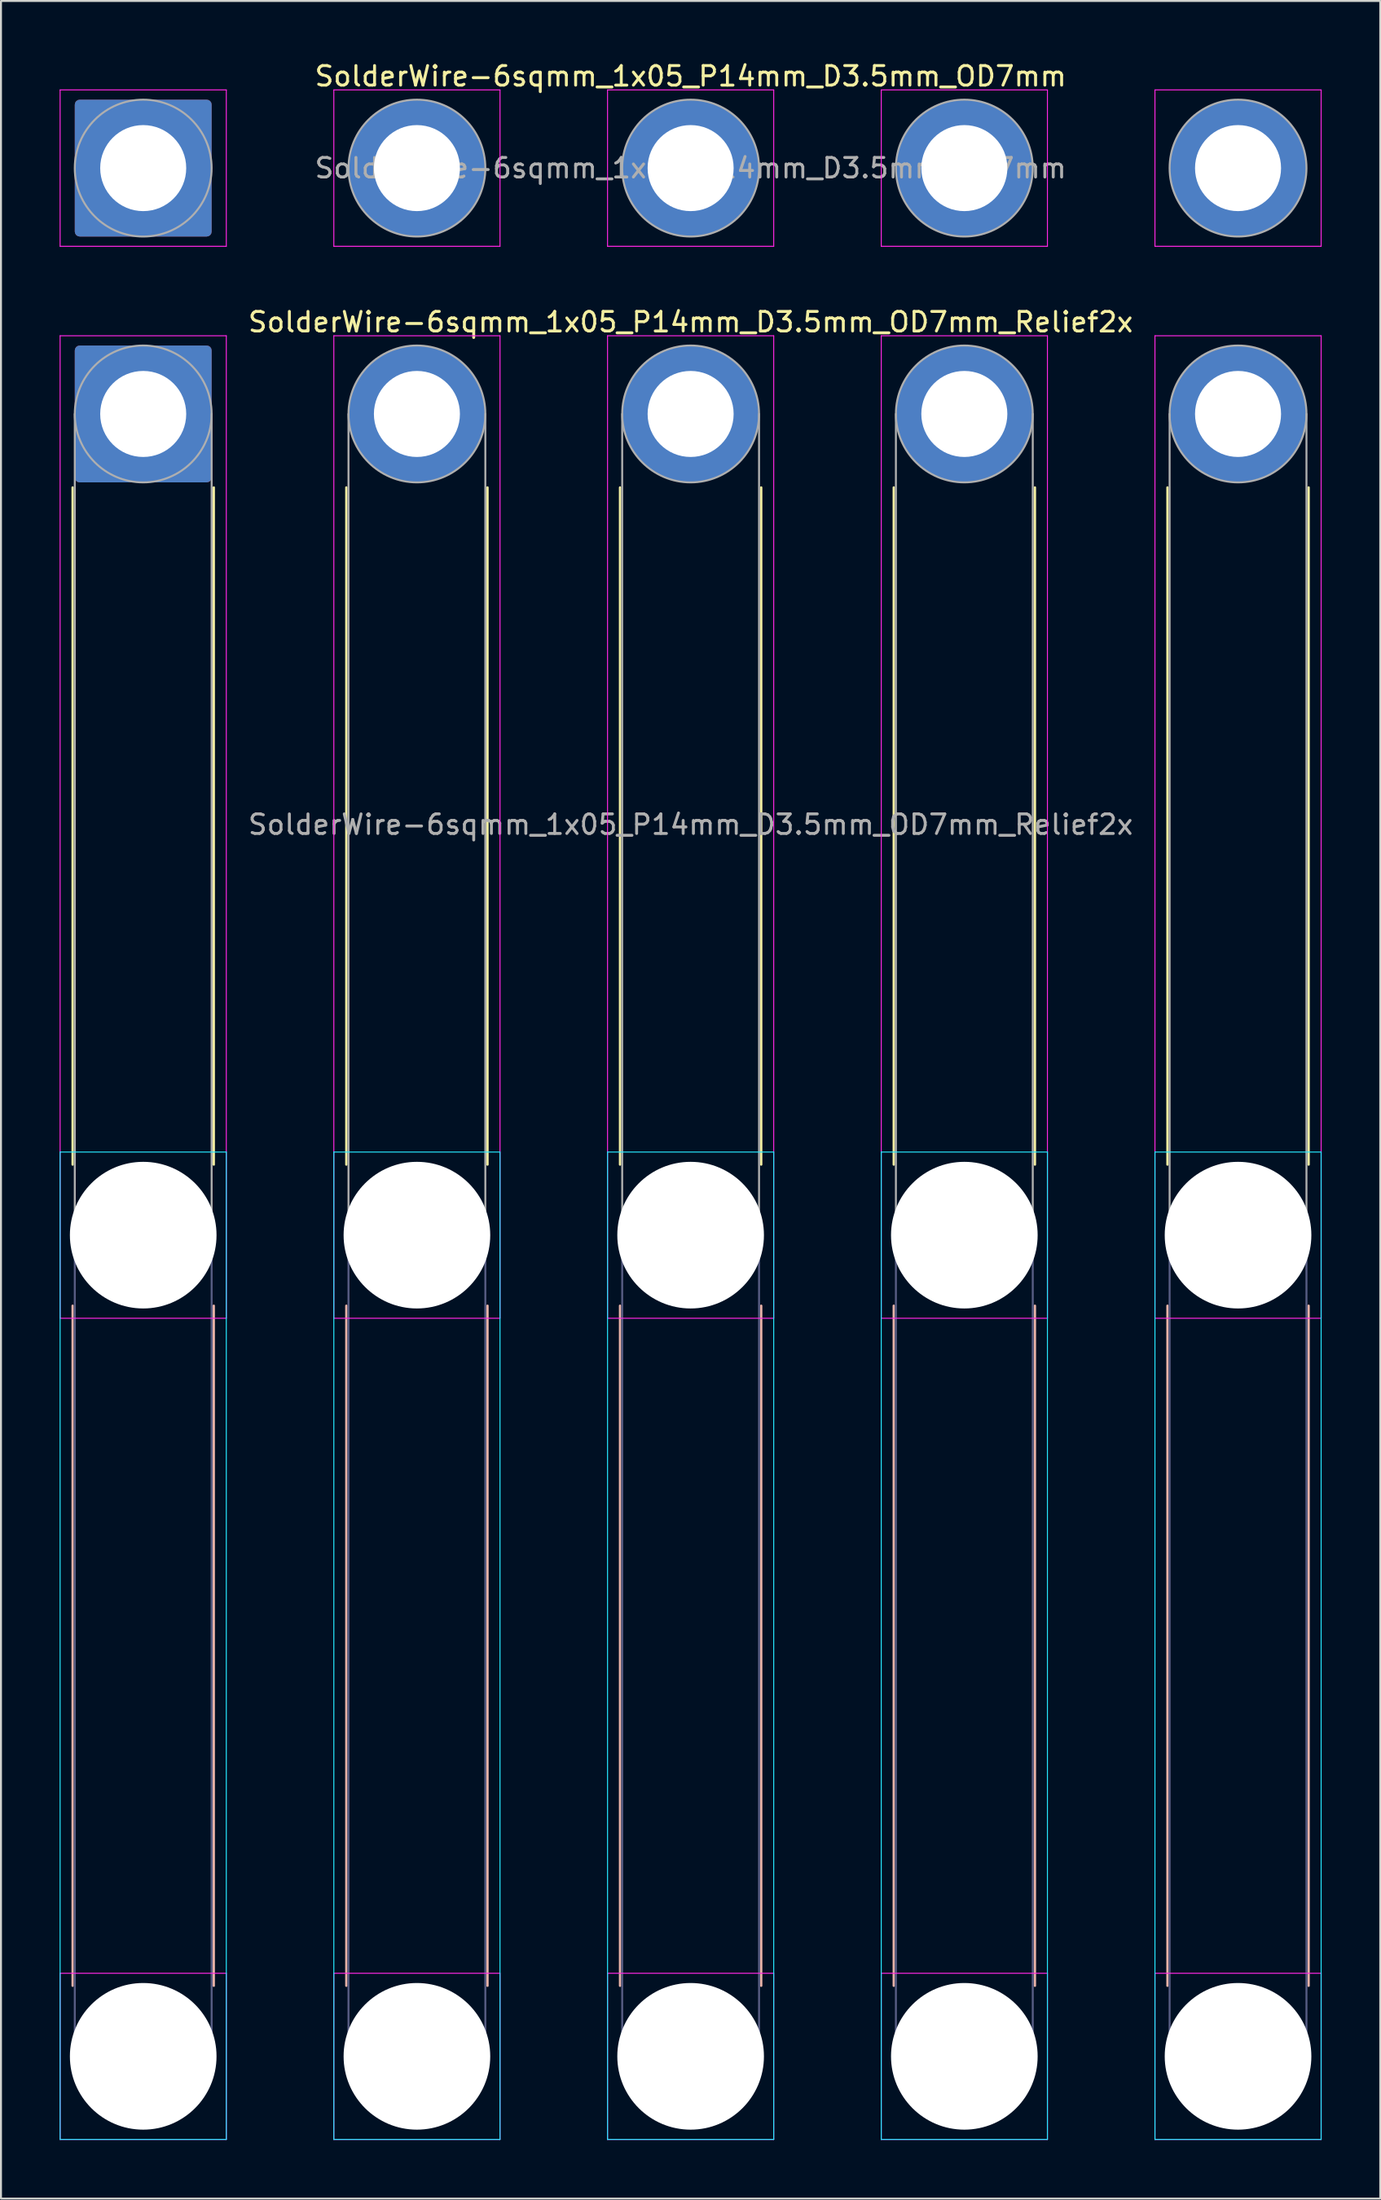
<source format=kicad_pcb>
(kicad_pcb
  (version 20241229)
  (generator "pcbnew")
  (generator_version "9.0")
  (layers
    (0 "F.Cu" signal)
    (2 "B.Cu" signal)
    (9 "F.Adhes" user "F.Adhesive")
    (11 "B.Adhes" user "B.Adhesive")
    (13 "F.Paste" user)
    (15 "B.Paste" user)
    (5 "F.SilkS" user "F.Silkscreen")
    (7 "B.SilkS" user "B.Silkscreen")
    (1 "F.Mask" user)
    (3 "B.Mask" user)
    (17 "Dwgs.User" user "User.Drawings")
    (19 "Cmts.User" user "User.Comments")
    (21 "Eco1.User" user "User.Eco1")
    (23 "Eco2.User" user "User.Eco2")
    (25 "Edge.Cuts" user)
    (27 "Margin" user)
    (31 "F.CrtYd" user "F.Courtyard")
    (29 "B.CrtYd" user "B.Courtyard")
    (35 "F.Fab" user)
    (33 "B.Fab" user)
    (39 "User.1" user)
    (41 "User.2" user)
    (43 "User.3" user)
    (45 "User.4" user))
  (footprint "SolderWire-6sqmm_1x05_P14mm_D3.5mm_OD7mm_Relief2x"
    (layer "F.Cu")
    (at 4.275 18.122)
    (property "Reference" "SolderWire-6sqmm_1x05_P14mm_D3.5mm_OD7mm_Relief2x" (at 28 -4.7 0) (layer "F.SilkS") (effects (font (size 1 1) (thickness 0.15))))
    (attr exclude_from_pos_files exclude_from_bom)
    (fp_line (start -3.61 3.76) (end -3.61 38.39) (stroke (width 0.12) (type solid)) (layer "F.SilkS"))
    (fp_line (start 3.61 3.76) (end 3.61 38.39) (stroke (width 0.12) (type solid)) (layer "F.SilkS"))
    (fp_line (start 10.39 3.76) (end 10.39 38.39) (stroke (width 0.12) (type solid)) (layer "F.SilkS"))
    (fp_line (start 17.61 3.76) (end 17.61 38.39) (stroke (width 0.12) (type solid)) (layer "F.SilkS"))
    (fp_line (start 24.39 3.76) (end 24.39 38.39) (stroke (width 0.12) (type solid)) (layer "F.SilkS"))
    (fp_line (start 31.61 3.76) (end 31.61 38.39) (stroke (width 0.12) (type solid)) (layer "F.SilkS"))
    (fp_line (start 38.39 3.76) (end 38.39 38.39) (stroke (width 0.12) (type solid)) (layer "F.SilkS"))
    (fp_line (start 45.61 3.76) (end 45.61 38.39) (stroke (width 0.12) (type solid)) (layer "F.SilkS"))
    (fp_line (start 52.39 3.76) (end 52.39 38.39) (stroke (width 0.12) (type solid)) (layer "F.SilkS"))
    (fp_line (start 59.61 3.76) (end 59.61 38.39) (stroke (width 0.12) (type solid)) (layer "F.SilkS"))
    (fp_line (start -3.61 45.61) (end -3.61 80.39) (stroke (width 0.12) (type solid)) (layer "B.SilkS"))
    (fp_line (start 3.61 45.61) (end 3.61 80.39) (stroke (width 0.12) (type solid)) (layer "B.SilkS"))
    (fp_line (start 10.39 45.61) (end 10.39 80.39) (stroke (width 0.12) (type solid)) (layer "B.SilkS"))
    (fp_line (start 17.61 45.61) (end 17.61 80.39) (stroke (width 0.12) (type solid)) (layer "B.SilkS"))
    (fp_line (start 24.39 45.61) (end 24.39 80.39) (stroke (width 0.12) (type solid)) (layer "B.SilkS"))
    (fp_line (start 31.61 45.61) (end 31.61 80.39) (stroke (width 0.12) (type solid)) (layer "B.SilkS"))
    (fp_line (start 38.39 45.61) (end 38.39 80.39) (stroke (width 0.12) (type solid)) (layer "B.SilkS"))
    (fp_line (start 45.61 45.61) (end 45.61 80.39) (stroke (width 0.12) (type solid)) (layer "B.SilkS"))
    (fp_line (start 52.39 45.61) (end 52.39 80.39) (stroke (width 0.12) (type solid)) (layer "B.SilkS"))
    (fp_line (start 59.61 45.61) (end 59.61 80.39) (stroke (width 0.12) (type solid)) (layer "B.SilkS"))
    (fp_line (start -4.25 37.75) (end -4.25 88.25) (stroke (width 0.05) (type solid)) (layer "B.CrtYd"))
    (fp_line (start -4.25 88.25) (end 4.25 88.25) (stroke (width 0.05) (type solid)) (layer "B.CrtYd"))
    (fp_line (start 4.25 37.75) (end -4.25 37.75) (stroke (width 0.05) (type solid)) (layer "B.CrtYd"))
    (fp_line (start 4.25 88.25) (end 4.25 37.75) (stroke (width 0.05) (type solid)) (layer "B.CrtYd"))
    (fp_line (start 9.75 37.75) (end 9.75 88.25) (stroke (width 0.05) (type solid)) (layer "B.CrtYd"))
    (fp_line (start 9.75 88.25) (end 18.25 88.25) (stroke (width 0.05) (type solid)) (layer "B.CrtYd"))
    (fp_line (start 18.25 37.75) (end 9.75 37.75) (stroke (width 0.05) (type solid)) (layer "B.CrtYd"))
    (fp_line (start 18.25 88.25) (end 18.25 37.75) (stroke (width 0.05) (type solid)) (layer "B.CrtYd"))
    (fp_line (start 23.75 37.75) (end 23.75 88.25) (stroke (width 0.05) (type solid)) (layer "B.CrtYd"))
    (fp_line (start 23.75 88.25) (end 32.25 88.25) (stroke (width 0.05) (type solid)) (layer "B.CrtYd"))
    (fp_line (start 32.25 37.75) (end 23.75 37.75) (stroke (width 0.05) (type solid)) (layer "B.CrtYd"))
    (fp_line (start 32.25 88.25) (end 32.25 37.75) (stroke (width 0.05) (type solid)) (layer "B.CrtYd"))
    (fp_line (start 37.75 37.75) (end 37.75 88.25) (stroke (width 0.05) (type solid)) (layer "B.CrtYd"))
    (fp_line (start 37.75 88.25) (end 46.25 88.25) (stroke (width 0.05) (type solid)) (layer "B.CrtYd"))
    (fp_line (start 46.25 37.75) (end 37.75 37.75) (stroke (width 0.05) (type solid)) (layer "B.CrtYd"))
    (fp_line (start 46.25 88.25) (end 46.25 37.75) (stroke (width 0.05) (type solid)) (layer "B.CrtYd"))
    (fp_line (start 51.75 37.75) (end 51.75 88.25) (stroke (width 0.05) (type solid)) (layer "B.CrtYd"))
    (fp_line (start 51.75 88.25) (end 60.25 88.25) (stroke (width 0.05) (type solid)) (layer "B.CrtYd"))
    (fp_line (start 60.25 37.75) (end 51.75 37.75) (stroke (width 0.05) (type solid)) (layer "B.CrtYd"))
    (fp_line (start 60.25 88.25) (end 60.25 37.75) (stroke (width 0.05) (type solid)) (layer "B.CrtYd"))
    (fp_line (start -4.25 -4) (end -4.25 46.25) (stroke (width 0.05) (type solid)) (layer "F.CrtYd"))
    (fp_line (start -4.25 46.25) (end 4.25 46.25) (stroke (width 0.05) (type solid)) (layer "F.CrtYd"))
    (fp_line (start -4.25 79.75) (end -4.25 88.25) (stroke (width 0.05) (type solid)) (layer "F.CrtYd"))
    (fp_line (start -4.25 88.25) (end 4.25 88.25) (stroke (width 0.05) (type solid)) (layer "F.CrtYd"))
    (fp_line (start 4.25 -4) (end -4.25 -4) (stroke (width 0.05) (type solid)) (layer "F.CrtYd"))
    (fp_line (start 4.25 46.25) (end 4.25 -4) (stroke (width 0.05) (type solid)) (layer "F.CrtYd"))
    (fp_line (start 4.25 79.75) (end -4.25 79.75) (stroke (width 0.05) (type solid)) (layer "F.CrtYd"))
    (fp_line (start 4.25 88.25) (end 4.25 79.75) (stroke (width 0.05) (type solid)) (layer "F.CrtYd"))
    (fp_line (start 9.75 -4) (end 9.75 46.25) (stroke (width 0.05) (type solid)) (layer "F.CrtYd"))
    (fp_line (start 9.75 46.25) (end 18.25 46.25) (stroke (width 0.05) (type solid)) (layer "F.CrtYd"))
    (fp_line (start 9.75 79.75) (end 9.75 88.25) (stroke (width 0.05) (type solid)) (layer "F.CrtYd"))
    (fp_line (start 9.75 88.25) (end 18.25 88.25) (stroke (width 0.05) (type solid)) (layer "F.CrtYd"))
    (fp_line (start 18.25 -4) (end 9.75 -4) (stroke (width 0.05) (type solid)) (layer "F.CrtYd"))
    (fp_line (start 18.25 46.25) (end 18.25 -4) (stroke (width 0.05) (type solid)) (layer "F.CrtYd"))
    (fp_line (start 18.25 79.75) (end 9.75 79.75) (stroke (width 0.05) (type solid)) (layer "F.CrtYd"))
    (fp_line (start 18.25 88.25) (end 18.25 79.75) (stroke (width 0.05) (type solid)) (layer "F.CrtYd"))
    (fp_line (start 23.75 -4) (end 23.75 46.25) (stroke (width 0.05) (type solid)) (layer "F.CrtYd"))
    (fp_line (start 23.75 46.25) (end 32.25 46.25) (stroke (width 0.05) (type solid)) (layer "F.CrtYd"))
    (fp_line (start 23.75 79.75) (end 23.75 88.25) (stroke (width 0.05) (type solid)) (layer "F.CrtYd"))
    (fp_line (start 23.75 88.25) (end 32.25 88.25) (stroke (width 0.05) (type solid)) (layer "F.CrtYd"))
    (fp_line (start 32.25 -4) (end 23.75 -4) (stroke (width 0.05) (type solid)) (layer "F.CrtYd"))
    (fp_line (start 32.25 46.25) (end 32.25 -4) (stroke (width 0.05) (type solid)) (layer "F.CrtYd"))
    (fp_line (start 32.25 79.75) (end 23.75 79.75) (stroke (width 0.05) (type solid)) (layer "F.CrtYd"))
    (fp_line (start 32.25 88.25) (end 32.25 79.75) (stroke (width 0.05) (type solid)) (layer "F.CrtYd"))
    (fp_line (start 37.75 -4) (end 37.75 46.25) (stroke (width 0.05) (type solid)) (layer "F.CrtYd"))
    (fp_line (start 37.75 46.25) (end 46.25 46.25) (stroke (width 0.05) (type solid)) (layer "F.CrtYd"))
    (fp_line (start 37.75 79.75) (end 37.75 88.25) (stroke (width 0.05) (type solid)) (layer "F.CrtYd"))
    (fp_line (start 37.75 88.25) (end 46.25 88.25) (stroke (width 0.05) (type solid)) (layer "F.CrtYd"))
    (fp_line (start 46.25 -4) (end 37.75 -4) (stroke (width 0.05) (type solid)) (layer "F.CrtYd"))
    (fp_line (start 46.25 46.25) (end 46.25 -4) (stroke (width 0.05) (type solid)) (layer "F.CrtYd"))
    (fp_line (start 46.25 79.75) (end 37.75 79.75) (stroke (width 0.05) (type solid)) (layer "F.CrtYd"))
    (fp_line (start 46.25 88.25) (end 46.25 79.75) (stroke (width 0.05) (type solid)) (layer "F.CrtYd"))
    (fp_line (start 51.75 -4) (end 51.75 46.25) (stroke (width 0.05) (type solid)) (layer "F.CrtYd"))
    (fp_line (start 51.75 46.25) (end 60.25 46.25) (stroke (width 0.05) (type solid)) (layer "F.CrtYd"))
    (fp_line (start 51.75 79.75) (end 51.75 88.25) (stroke (width 0.05) (type solid)) (layer "F.CrtYd"))
    (fp_line (start 51.75 88.25) (end 60.25 88.25) (stroke (width 0.05) (type solid)) (layer "F.CrtYd"))
    (fp_line (start 60.25 -4) (end 51.75 -4) (stroke (width 0.05) (type solid)) (layer "F.CrtYd"))
    (fp_line (start 60.25 46.25) (end 60.25 -4) (stroke (width 0.05) (type solid)) (layer "F.CrtYd"))
    (fp_line (start 60.25 79.75) (end 51.75 79.75) (stroke (width 0.05) (type solid)) (layer "F.CrtYd"))
    (fp_line (start 60.25 88.25) (end 60.25 79.75) (stroke (width 0.05) (type solid)) (layer "F.CrtYd"))
    (fp_line (start -3.5 42) (end -3.5 84) (stroke (width 0.1) (type solid)) (layer "B.Fab"))
    (fp_line (start 3.5 42) (end 3.5 84) (stroke (width 0.1) (type solid)) (layer "B.Fab"))
    (fp_line (start 10.5 42) (end 10.5 84) (stroke (width 0.1) (type solid)) (layer "B.Fab"))
    (fp_line (start 17.5 42) (end 17.5 84) (stroke (width 0.1) (type solid)) (layer "B.Fab"))
    (fp_line (start 24.5 42) (end 24.5 84) (stroke (width 0.1) (type solid)) (layer "B.Fab"))
    (fp_line (start 31.5 42) (end 31.5 84) (stroke (width 0.1) (type solid)) (layer "B.Fab"))
    (fp_line (start 38.5 42) (end 38.5 84) (stroke (width 0.1) (type solid)) (layer "B.Fab"))
    (fp_line (start 45.5 42) (end 45.5 84) (stroke (width 0.1) (type solid)) (layer "B.Fab"))
    (fp_line (start 52.5 42) (end 52.5 84) (stroke (width 0.1) (type solid)) (layer "B.Fab"))
    (fp_line (start 59.5 42) (end 59.5 84) (stroke (width 0.1) (type solid)) (layer "B.Fab"))
    (fp_circle (center 0 42) (end 3.5 42) (stroke (width 0.1) (type solid)) (fill no) (layer "B.Fab"))
    (fp_circle (center 0 84) (end 3.5 84) (stroke (width 0.1) (type solid)) (fill no) (layer "B.Fab"))
    (fp_circle (center 14 42) (end 17.5 42) (stroke (width 0.1) (type solid)) (fill no) (layer "B.Fab"))
    (fp_circle (center 14 84) (end 17.5 84) (stroke (width 0.1) (type solid)) (fill no) (layer "B.Fab"))
    (fp_circle (center 28 42) (end 31.5 42) (stroke (width 0.1) (type solid)) (fill no) (layer "B.Fab"))
    (fp_circle (center 28 84) (end 31.5 84) (stroke (width 0.1) (type solid)) (fill no) (layer "B.Fab"))
    (fp_circle (center 42 42) (end 45.5 42) (stroke (width 0.1) (type solid)) (fill no) (layer "B.Fab"))
    (fp_circle (center 42 84) (end 45.5 84) (stroke (width 0.1) (type solid)) (fill no) (layer "B.Fab"))
    (fp_circle (center 56 42) (end 59.5 42) (stroke (width 0.1) (type solid)) (fill no) (layer "B.Fab"))
    (fp_circle (center 56 84) (end 59.5 84) (stroke (width 0.1) (type solid)) (fill no) (layer "B.Fab"))
    (fp_line (start -3.5 0) (end -3.5 42) (stroke (width 0.1) (type solid)) (layer "F.Fab"))
    (fp_line (start 3.5 0) (end 3.5 42) (stroke (width 0.1) (type solid)) (layer "F.Fab"))
    (fp_line (start 10.5 0) (end 10.5 42) (stroke (width 0.1) (type solid)) (layer "F.Fab"))
    (fp_line (start 17.5 0) (end 17.5 42) (stroke (width 0.1) (type solid)) (layer "F.Fab"))
    (fp_line (start 24.5 0) (end 24.5 42) (stroke (width 0.1) (type solid)) (layer "F.Fab"))
    (fp_line (start 31.5 0) (end 31.5 42) (stroke (width 0.1) (type solid)) (layer "F.Fab"))
    (fp_line (start 38.5 0) (end 38.5 42) (stroke (width 0.1) (type solid)) (layer "F.Fab"))
    (fp_line (start 45.5 0) (end 45.5 42) (stroke (width 0.1) (type solid)) (layer "F.Fab"))
    (fp_line (start 52.5 0) (end 52.5 42) (stroke (width 0.1) (type solid)) (layer "F.Fab"))
    (fp_line (start 59.5 0) (end 59.5 42) (stroke (width 0.1) (type solid)) (layer "F.Fab"))
    (fp_circle (center 0 0) (end 3.5 0) (stroke (width 0.1) (type solid)) (fill no) (layer "F.Fab"))
    (fp_circle (center 0 42) (end 3.5 42) (stroke (width 0.1) (type solid)) (fill no) (layer "F.Fab"))
    (fp_circle (center 0 84) (end 3.5 84) (stroke (width 0.1) (type solid)) (fill no) (layer "F.Fab"))
    (fp_circle (center 14 0) (end 17.5 0) (stroke (width 0.1) (type solid)) (fill no) (layer "F.Fab"))
    (fp_circle (center 14 42) (end 17.5 42) (stroke (width 0.1) (type solid)) (fill no) (layer "F.Fab"))
    (fp_circle (center 14 84) (end 17.5 84) (stroke (width 0.1) (type solid)) (fill no) (layer "F.Fab"))
    (fp_circle (center 28 0) (end 31.5 0) (stroke (width 0.1) (type solid)) (fill no) (layer "F.Fab"))
    (fp_circle (center 28 42) (end 31.5 42) (stroke (width 0.1) (type solid)) (fill no) (layer "F.Fab"))
    (fp_circle (center 28 84) (end 31.5 84) (stroke (width 0.1) (type solid)) (fill no) (layer "F.Fab"))
    (fp_circle (center 42 0) (end 45.5 0) (stroke (width 0.1) (type solid)) (fill no) (layer "F.Fab"))
    (fp_circle (center 42 42) (end 45.5 42) (stroke (width 0.1) (type solid)) (fill no) (layer "F.Fab"))
    (fp_circle (center 42 84) (end 45.5 84) (stroke (width 0.1) (type solid)) (fill no) (layer "F.Fab"))
    (fp_circle (center 56 0) (end 59.5 0) (stroke (width 0.1) (type solid)) (fill no) (layer "F.Fab"))
    (fp_circle (center 56 42) (end 59.5 42) (stroke (width 0.1) (type solid)) (fill no) (layer "F.Fab"))
    (fp_circle (center 56 84) (end 59.5 84) (stroke (width 0.1) (type solid)) (fill no) (layer "F.Fab"))
    (fp_text user "${REFERENCE}" (at 28 21 0) (layer "F.Fab") (effects (font (size 1 1) (thickness 0.15))))
    (pad "" np_thru_hole circle (at 0 42) (size 7.5 7.5) (drill 7.5) (layers "*.Cu" "*.Mask"))
    (pad "" np_thru_hole circle (at 0 84) (size 7.5 7.5) (drill 7.5) (layers "*.Cu" "*.Mask"))
    (pad "" np_thru_hole circle (at 14 42) (size 7.5 7.5) (drill 7.5) (layers "*.Cu" "*.Mask"))
    (pad "" np_thru_hole circle (at 14 84) (size 7.5 7.5) (drill 7.5) (layers "*.Cu" "*.Mask"))
    (pad "" np_thru_hole circle (at 28 42) (size 7.5 7.5) (drill 7.5) (layers "*.Cu" "*.Mask"))
    (pad "" np_thru_hole circle (at 28 84) (size 7.5 7.5) (drill 7.5) (layers "*.Cu" "*.Mask"))
    (pad "" np_thru_hole circle (at 42 42) (size 7.5 7.5) (drill 7.5) (layers "*.Cu" "*.Mask"))
    (pad "" np_thru_hole circle (at 42 84) (size 7.5 7.5) (drill 7.5) (layers "*.Cu" "*.Mask"))
    (pad "" np_thru_hole circle (at 56 42) (size 7.5 7.5) (drill 7.5) (layers "*.Cu" "*.Mask"))
    (pad "" np_thru_hole circle (at 56 84) (size 7.5 7.5) (drill 7.5) (layers "*.Cu" "*.Mask"))
    (pad "1" thru_hole roundrect (at 0 0) (size 7 7) (drill 4.4) (layers "*.Cu" "*.Mask") (roundrect_rratio 0.036))
    (pad "2" thru_hole circle (at 14 0) (size 7 7) (drill 4.4) (layers "*.Cu" "*.Mask"))
    (pad "3" thru_hole circle (at 28 0) (size 7 7) (drill 4.4) (layers "*.Cu" "*.Mask"))
    (pad "4" thru_hole circle (at 42 0) (size 7 7) (drill 4.4) (layers "*.Cu" "*.Mask"))
    (pad "5" thru_hole circle (at 56 0) (size 7 7) (drill 4.4) (layers "*.Cu" "*.Mask")))
  (footprint "SolderWire-6sqmm_1x05_P14mm_D3.5mm_OD7mm"
    (layer "F.Cu")
    (at 4.275 5.548)
    (property "Reference" "SolderWire-6sqmm_1x05_P14mm_D3.5mm_OD7mm" (at 28 -4.7 0) (layer "F.SilkS") (effects (font (size 1 1) (thickness 0.15))))
    (attr exclude_from_pos_files exclude_from_bom)
    (fp_line (start -4.25 -4) (end -4.25 4) (stroke (width 0.05) (type solid)) (layer "F.CrtYd"))
    (fp_line (start -4.25 4) (end 4.25 4) (stroke (width 0.05) (type solid)) (layer "F.CrtYd"))
    (fp_line (start 4.25 -4) (end -4.25 -4) (stroke (width 0.05) (type solid)) (layer "F.CrtYd"))
    (fp_line (start 4.25 4) (end 4.25 -4) (stroke (width 0.05) (type solid)) (layer "F.CrtYd"))
    (fp_line (start 9.75 -4) (end 9.75 4) (stroke (width 0.05) (type solid)) (layer "F.CrtYd"))
    (fp_line (start 9.75 4) (end 18.25 4) (stroke (width 0.05) (type solid)) (layer "F.CrtYd"))
    (fp_line (start 18.25 -4) (end 9.75 -4) (stroke (width 0.05) (type solid)) (layer "F.CrtYd"))
    (fp_line (start 18.25 4) (end 18.25 -4) (stroke (width 0.05) (type solid)) (layer "F.CrtYd"))
    (fp_line (start 23.75 -4) (end 23.75 4) (stroke (width 0.05) (type solid)) (layer "F.CrtYd"))
    (fp_line (start 23.75 4) (end 32.25 4) (stroke (width 0.05) (type solid)) (layer "F.CrtYd"))
    (fp_line (start 32.25 -4) (end 23.75 -4) (stroke (width 0.05) (type solid)) (layer "F.CrtYd"))
    (fp_line (start 32.25 4) (end 32.25 -4) (stroke (width 0.05) (type solid)) (layer "F.CrtYd"))
    (fp_line (start 37.75 -4) (end 37.75 4) (stroke (width 0.05) (type solid)) (layer "F.CrtYd"))
    (fp_line (start 37.75 4) (end 46.25 4) (stroke (width 0.05) (type solid)) (layer "F.CrtYd"))
    (fp_line (start 46.25 -4) (end 37.75 -4) (stroke (width 0.05) (type solid)) (layer "F.CrtYd"))
    (fp_line (start 46.25 4) (end 46.25 -4) (stroke (width 0.05) (type solid)) (layer "F.CrtYd"))
    (fp_line (start 51.75 -4) (end 51.75 4) (stroke (width 0.05) (type solid)) (layer "F.CrtYd"))
    (fp_line (start 51.75 4) (end 60.25 4) (stroke (width 0.05) (type solid)) (layer "F.CrtYd"))
    (fp_line (start 60.25 -4) (end 51.75 -4) (stroke (width 0.05) (type solid)) (layer "F.CrtYd"))
    (fp_line (start 60.25 4) (end 60.25 -4) (stroke (width 0.05) (type solid)) (layer "F.CrtYd"))
    (fp_circle (center 0 0) (end 3.5 0) (stroke (width 0.1) (type solid)) (fill no) (layer "F.Fab"))
    (fp_circle (center 14 0) (end 17.5 0) (stroke (width 0.1) (type solid)) (fill no) (layer "F.Fab"))
    (fp_circle (center 28 0) (end 31.5 0) (stroke (width 0.1) (type solid)) (fill no) (layer "F.Fab"))
    (fp_circle (center 42 0) (end 45.5 0) (stroke (width 0.1) (type solid)) (fill no) (layer "F.Fab"))
    (fp_circle (center 56 0) (end 59.5 0) (stroke (width 0.1) (type solid)) (fill no) (layer "F.Fab"))
    (fp_text user "${REFERENCE}" (at 28 0 0) (layer "F.Fab") (effects (font (size 1 1) (thickness 0.15))))
    (pad "1" thru_hole roundrect (at 0 0) (size 7 7) (drill 4.4) (layers "*.Cu" "*.Mask") (roundrect_rratio 0.036))
    (pad "2" thru_hole circle (at 14 0) (size 7 7) (drill 4.4) (layers "*.Cu" "*.Mask"))
    (pad "3" thru_hole circle (at 28 0) (size 7 7) (drill 4.4) (layers "*.Cu" "*.Mask"))
    (pad "4" thru_hole circle (at 42 0) (size 7 7) (drill 4.4) (layers "*.Cu" "*.Mask"))
    (pad "5" thru_hole circle (at 56 0) (size 7 7) (drill 4.4) (layers "*.Cu" "*.Mask")))
  (gr_rect
    (start -3 -3)
    (end 67.55 109.397)
    (stroke (width 0.1) (type default))
    (fill no)
    (layer "Edge.Cuts")))
</source>
